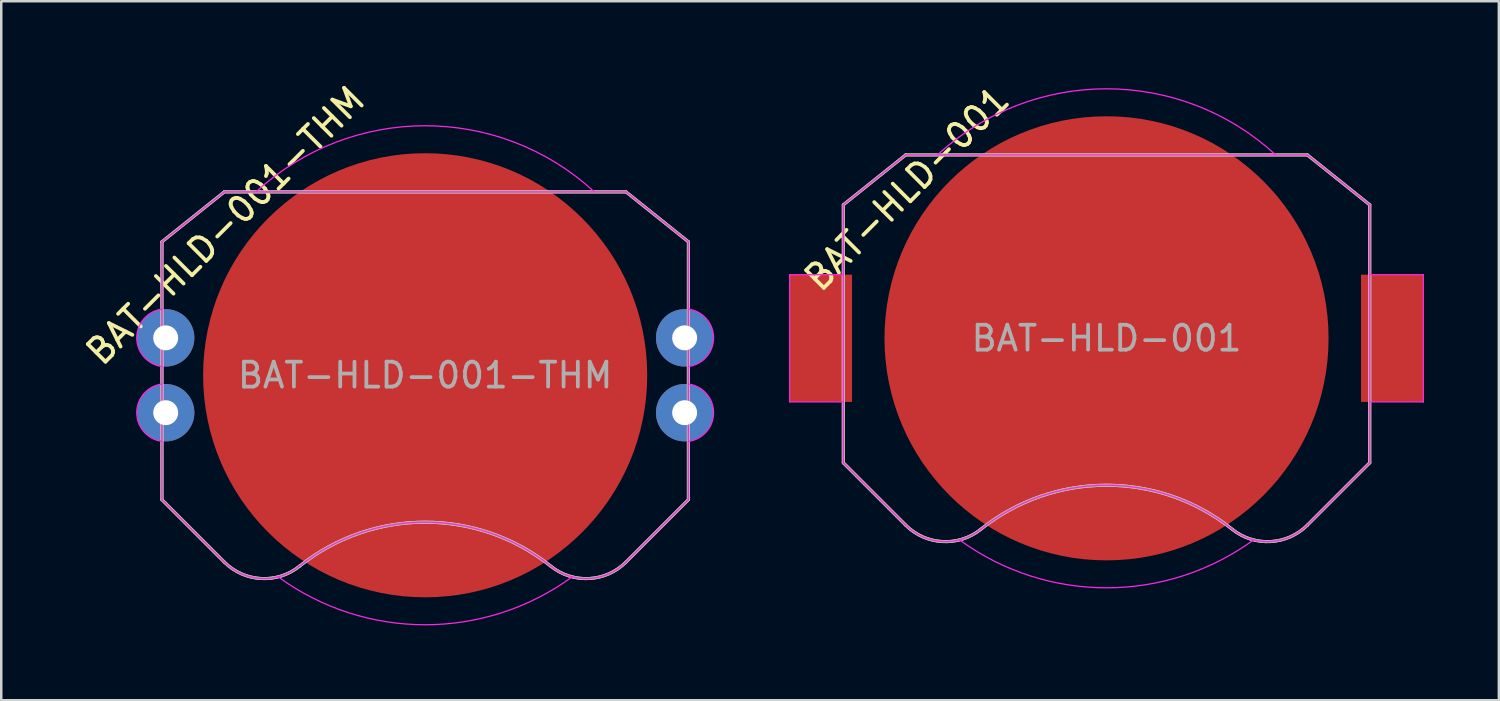
<source format=kicad_pcb>
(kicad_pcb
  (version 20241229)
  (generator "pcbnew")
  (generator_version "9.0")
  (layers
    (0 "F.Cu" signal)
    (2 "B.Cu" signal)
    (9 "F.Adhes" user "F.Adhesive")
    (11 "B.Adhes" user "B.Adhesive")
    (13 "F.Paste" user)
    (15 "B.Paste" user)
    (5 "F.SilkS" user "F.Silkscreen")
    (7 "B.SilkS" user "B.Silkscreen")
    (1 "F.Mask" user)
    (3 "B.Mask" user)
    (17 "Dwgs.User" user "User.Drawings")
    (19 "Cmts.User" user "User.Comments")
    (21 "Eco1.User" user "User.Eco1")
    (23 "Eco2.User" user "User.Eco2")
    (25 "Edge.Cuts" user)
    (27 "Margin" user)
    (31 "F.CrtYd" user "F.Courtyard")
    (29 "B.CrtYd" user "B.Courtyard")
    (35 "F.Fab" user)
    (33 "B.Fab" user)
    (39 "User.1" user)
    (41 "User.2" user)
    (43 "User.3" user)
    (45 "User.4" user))
  (footprint "BAT-HLD-001-THM"
    (layer "F.Cu")
    (at 13.991 11.991)
    (property "Reference" "BAT-HLD-001-THM" (at -8 -6 45) (layer "F.SilkS") (effects (font (size 1 1) (thickness 0.15))))
    (attr through_hole)
    (fp_line (start -10.55 -5.35) (end -10.55 4.988) (stroke (width 0.12) (type solid)) (layer "F.SilkS"))
    (fp_line (start -10.55 4.988) (end -8.05 7.488) (stroke (width 0.12) (type solid)) (layer "F.SilkS"))
    (fp_line (start -8.05 -7.35) (end -10.55 -5.35) (stroke (width 0.12) (type solid)) (layer "F.SilkS"))
    (fp_line (start -8.05 -7.35) (end 8.05 -7.35) (stroke (width 0.12) (type solid)) (layer "F.SilkS"))
    (fp_line (start 8.05 -7.35) (end 10.55 -5.35) (stroke (width 0.12) (type solid)) (layer "F.SilkS"))
    (fp_line (start 10.55 -5.35) (end 10.55 4.988) (stroke (width 0.12) (type solid)) (layer "F.SilkS"))
    (fp_line (start 10.55 4.988) (end 8.05 7.488) (stroke (width 0.12) (type solid)) (layer "F.SilkS"))
    (fp_arc (start -5.040204 7.656274) (mid -6.577231 8.146802) (end -8.05 7.488) (stroke (width 0.12) (type solid)) (layer "F.SilkS"))
    (fp_arc (start -5.04 7.655) (mid -0.004054 5.888597) (end 5.033663 7.649941) (stroke (width 0.12) (type solid)) (layer "F.SilkS"))
    (fp_arc (start 8.05 7.488) (mid 6.577231 8.146802) (end 5.040204 7.656274) (stroke (width 0.12) (type solid)) (layer "F.SilkS"))
    (fp_line (start -10.55 -5.35) (end -10.55 4.988) (stroke (width 0.05) (type solid)) (layer "F.CrtYd"))
    (fp_line (start -10.55 4.988) (end -8.05 7.488) (stroke (width 0.05) (type solid)) (layer "F.CrtYd"))
    (fp_line (start -8.05 -7.35) (end -10.55 -5.35) (stroke (width 0.05) (type solid)) (layer "F.CrtYd"))
    (fp_line (start -8.05 -7.35) (end 8.05 -7.35) (stroke (width 0.05) (type solid)) (layer "F.CrtYd"))
    (fp_line (start 8.05 -7.35) (end 10.55 -5.35) (stroke (width 0.05) (type solid)) (layer "F.CrtYd"))
    (fp_line (start 10.55 -5.35) (end 10.55 4.988) (stroke (width 0.05) (type solid)) (layer "F.CrtYd"))
    (fp_line (start 10.55 4.988) (end 8.05 7.488) (stroke (width 0.05) (type solid)) (layer "F.CrtYd"))
    (fp_arc (start -10.550747 -0.350099) (mid -11.55974 -1.500377) (end -10.549999 -2.649999) (stroke (width 0.05) (type solid)) (layer "F.CrtYd"))
    (fp_arc (start -10.550747 2.649901) (mid -11.55974 1.499623) (end -10.549999 0.350001) (stroke (width 0.05) (type solid)) (layer "F.CrtYd"))
    (fp_arc (start -6.76966 -7.360446) (mid 0.007709 -10.00022) (end 6.781 -7.35) (stroke (width 0.05) (type solid)) (layer "F.CrtYd"))
    (fp_arc (start -5.040204 7.656274) (mid -6.577231 8.146802) (end -8.05 7.488) (stroke (width 0.05) (type solid)) (layer "F.CrtYd"))
    (fp_arc (start -5.04 7.655) (mid -0.004054 5.888597) (end 5.033663 7.649941) (stroke (width 0.05) (type solid)) (layer "F.CrtYd"))
    (fp_arc (start 5.892 8.08) (mid -0.00003 10.000103) (end -5.892049 8.079964) (stroke (width 0.05) (type solid)) (layer "F.CrtYd"))
    (fp_arc (start 8.05 7.488) (mid 6.577231 8.146802) (end 5.040204 7.656274) (stroke (width 0.05) (type solid)) (layer "F.CrtYd"))
    (fp_arc (start 10.550747 -2.649901) (mid 11.55974 -1.499623) (end 10.549999 -0.350001) (stroke (width 0.05) (type solid)) (layer "F.CrtYd"))
    (fp_arc (start 10.550747 0.350099) (mid 11.55974 1.500377) (end 10.549999 2.649999) (stroke (width 0.05) (type solid)) (layer "F.CrtYd"))
    (fp_line (start -10.55 -5.35) (end -10.55 4.988) (stroke (width 0.12) (type solid)) (layer "F.Fab"))
    (fp_line (start -10.55 4.988) (end -8.05 7.488) (stroke (width 0.12) (type solid)) (layer "F.Fab"))
    (fp_line (start -8.05 -7.35) (end -10.55 -5.35) (stroke (width 0.12) (type solid)) (layer "F.Fab"))
    (fp_line (start -8.05 -7.35) (end 8.05 -7.35) (stroke (width 0.12) (type solid)) (layer "F.Fab"))
    (fp_line (start 8.05 -7.35) (end 10.55 -5.35) (stroke (width 0.12) (type solid)) (layer "F.Fab"))
    (fp_line (start 10.55 -5.35) (end 10.55 4.988) (stroke (width 0.12) (type solid)) (layer "F.Fab"))
    (fp_line (start 10.55 4.988) (end 8.05 7.488) (stroke (width 0.12) (type solid)) (layer "F.Fab"))
    (fp_arc (start -5.040204 7.656274) (mid -6.577231 8.146802) (end -8.05 7.488) (stroke (width 0.12) (type solid)) (layer "F.Fab"))
    (fp_arc (start -5.04 7.655) (mid -0.004054 5.888597) (end 5.033663 7.649941) (stroke (width 0.12) (type solid)) (layer "F.Fab"))
    (fp_arc (start 8.05 7.488) (mid 6.577231 8.146802) (end 5.040204 7.656274) (stroke (width 0.12) (type solid)) (layer "F.Fab"))
    (fp_text user "${REFERENCE}" (at 0 0 0) (layer "F.Fab") (effects (font (size 1 1) (thickness 0.15))))
    (pad "1" thru_hole circle (at -10.4 -1.5) (size 2.3 2.3) (drill 1) (layers "*.Cu" "*.Mask"))
    (pad "1" thru_hole circle (at -10.4 1.5) (size 2.3 2.3) (drill 1) (layers "*.Cu" "*.Mask"))
    (pad "1" thru_hole circle (at 10.4 -1.5) (size 2.3 2.3) (drill 1) (layers "*.Cu" "*.Mask"))
    (pad "1" thru_hole circle (at 10.4 1.5) (size 2.3 2.3) (drill 1) (layers "*.Cu" "*.Mask"))
    (pad "2" smd circle (at 0 0) (size 17.8 17.8) (layers "F.Cu" "F.Mask")))
  (footprint "BAT-HLD-001"
    (layer "F.Cu")
    (at 41.301 10.51)
    (property "Reference" "BAT-HLD-001" (at -8 -6 45) (layer "F.SilkS") (effects (font (size 1 1) (thickness 0.15))))
    (attr through_hole)
    (fp_line (start -10.55 -5.35) (end -10.55 4.988) (stroke (width 0.12) (type solid)) (layer "F.SilkS"))
    (fp_line (start -10.55 4.988) (end -8.05 7.488) (stroke (width 0.12) (type solid)) (layer "F.SilkS"))
    (fp_line (start -8.05 -7.35) (end -10.55 -5.35) (stroke (width 0.12) (type solid)) (layer "F.SilkS"))
    (fp_line (start -8.05 -7.35) (end 8.05 -7.35) (stroke (width 0.12) (type solid)) (layer "F.SilkS"))
    (fp_line (start 8.05 -7.35) (end 10.55 -5.35) (stroke (width 0.12) (type solid)) (layer "F.SilkS"))
    (fp_line (start 10.55 -5.35) (end 10.55 4.988) (stroke (width 0.12) (type solid)) (layer "F.SilkS"))
    (fp_line (start 10.55 4.988) (end 8.05 7.488) (stroke (width 0.12) (type solid)) (layer "F.SilkS"))
    (fp_arc (start -5.040204 7.656274) (mid -6.577231 8.146802) (end -8.05 7.488) (stroke (width 0.12) (type solid)) (layer "F.SilkS"))
    (fp_arc (start -5.04 7.655) (mid -0.004054 5.888597) (end 5.033663 7.649941) (stroke (width 0.12) (type solid)) (layer "F.SilkS"))
    (fp_arc (start 8.05 7.488) (mid 6.577231 8.146802) (end 5.040204 7.656274) (stroke (width 0.12) (type solid)) (layer "F.SilkS"))
    (fp_line (start -12.7 -2.55) (end -12.7 2.55) (stroke (width 0.05) (type solid)) (layer "F.CrtYd"))
    (fp_line (start -12.7 -2.55) (end -10.55 -2.55) (stroke (width 0.05) (type solid)) (layer "F.CrtYd"))
    (fp_line (start -12.7 2.55) (end -10.55 2.55) (stroke (width 0.05) (type solid)) (layer "F.CrtYd"))
    (fp_line (start -10.55 -5.35) (end -10.55 4.988) (stroke (width 0.05) (type solid)) (layer "F.CrtYd"))
    (fp_line (start -10.55 4.988) (end -8.05 7.488) (stroke (width 0.05) (type solid)) (layer "F.CrtYd"))
    (fp_line (start -8.05 -7.35) (end -10.55 -5.35) (stroke (width 0.05) (type solid)) (layer "F.CrtYd"))
    (fp_line (start -8.05 -7.35) (end 8.05 -7.35) (stroke (width 0.05) (type solid)) (layer "F.CrtYd"))
    (fp_line (start 8.05 -7.35) (end 10.55 -5.35) (stroke (width 0.05) (type solid)) (layer "F.CrtYd"))
    (fp_line (start 10.55 -5.35) (end 10.55 4.988) (stroke (width 0.05) (type solid)) (layer "F.CrtYd"))
    (fp_line (start 10.55 -2.55) (end 12.7 -2.55) (stroke (width 0.05) (type solid)) (layer "F.CrtYd"))
    (fp_line (start 10.55 4.988) (end 8.05 7.488) (stroke (width 0.05) (type solid)) (layer "F.CrtYd"))
    (fp_line (start 12.7 -2.55) (end 12.7 2.55) (stroke (width 0.05) (type solid)) (layer "F.CrtYd"))
    (fp_line (start 12.7 2.55) (end 10.55 2.55) (stroke (width 0.05) (type solid)) (layer "F.CrtYd"))
    (fp_arc (start -6.76966 -7.360446) (mid 0.007709 -10.00022) (end 6.781 -7.35) (stroke (width 0.05) (type solid)) (layer "F.CrtYd"))
    (fp_arc (start -5.040204 7.656274) (mid -6.577231 8.146802) (end -8.05 7.488) (stroke (width 0.05) (type solid)) (layer "F.CrtYd"))
    (fp_arc (start -5.04 7.655) (mid -0.004054 5.888597) (end 5.033663 7.649941) (stroke (width 0.05) (type solid)) (layer "F.CrtYd"))
    (fp_arc (start 5.892 8.08) (mid -0.00003 10.000103) (end -5.892049 8.079964) (stroke (width 0.05) (type solid)) (layer "F.CrtYd"))
    (fp_arc (start 8.05 7.488) (mid 6.577231 8.146802) (end 5.040204 7.656274) (stroke (width 0.05) (type solid)) (layer "F.CrtYd"))
    (fp_line (start -10.55 -5.35) (end -10.55 4.988) (stroke (width 0.12) (type solid)) (layer "F.Fab"))
    (fp_line (start -10.55 4.988) (end -8.05 7.488) (stroke (width 0.12) (type solid)) (layer "F.Fab"))
    (fp_line (start -8.05 -7.35) (end -10.55 -5.35) (stroke (width 0.12) (type solid)) (layer "F.Fab"))
    (fp_line (start -8.05 -7.35) (end 8.05 -7.35) (stroke (width 0.12) (type solid)) (layer "F.Fab"))
    (fp_line (start 8.05 -7.35) (end 10.55 -5.35) (stroke (width 0.12) (type solid)) (layer "F.Fab"))
    (fp_line (start 10.55 -5.35) (end 10.55 4.988) (stroke (width 0.12) (type solid)) (layer "F.Fab"))
    (fp_line (start 10.55 4.988) (end 8.05 7.488) (stroke (width 0.12) (type solid)) (layer "F.Fab"))
    (fp_arc (start -5.040204 7.656274) (mid -6.577231 8.146802) (end -8.05 7.488) (stroke (width 0.12) (type solid)) (layer "F.Fab"))
    (fp_arc (start -5.04 7.655) (mid -0.004054 5.888597) (end 5.033663 7.649941) (stroke (width 0.12) (type solid)) (layer "F.Fab"))
    (fp_arc (start 8.05 7.488) (mid 6.577231 8.146802) (end 5.040204 7.656274) (stroke (width 0.12) (type solid)) (layer "F.Fab"))
    (fp_text user "${REFERENCE}" (at 0 0 0) (layer "F.Fab") (effects (font (size 1 1) (thickness 0.15))))
    (pad "1" smd rect (at -11.45 0) (size 2.5 5.1) (layers "F.Cu" "F.Mask" "F.Paste"))
    (pad "1" smd rect (at 11.45 0) (size 2.5 5.1) (layers "F.Cu" "F.Mask" "F.Paste"))
    (pad "2" smd circle (at 0 0) (size 17.8 17.8) (layers "F.Cu" "F.Mask")))
  (gr_rect
    (start -3 -3)
    (end 57.026 25.017)
    (stroke (width 0.1) (type default))
    (fill no)
    (layer "Edge.Cuts")))
</source>
